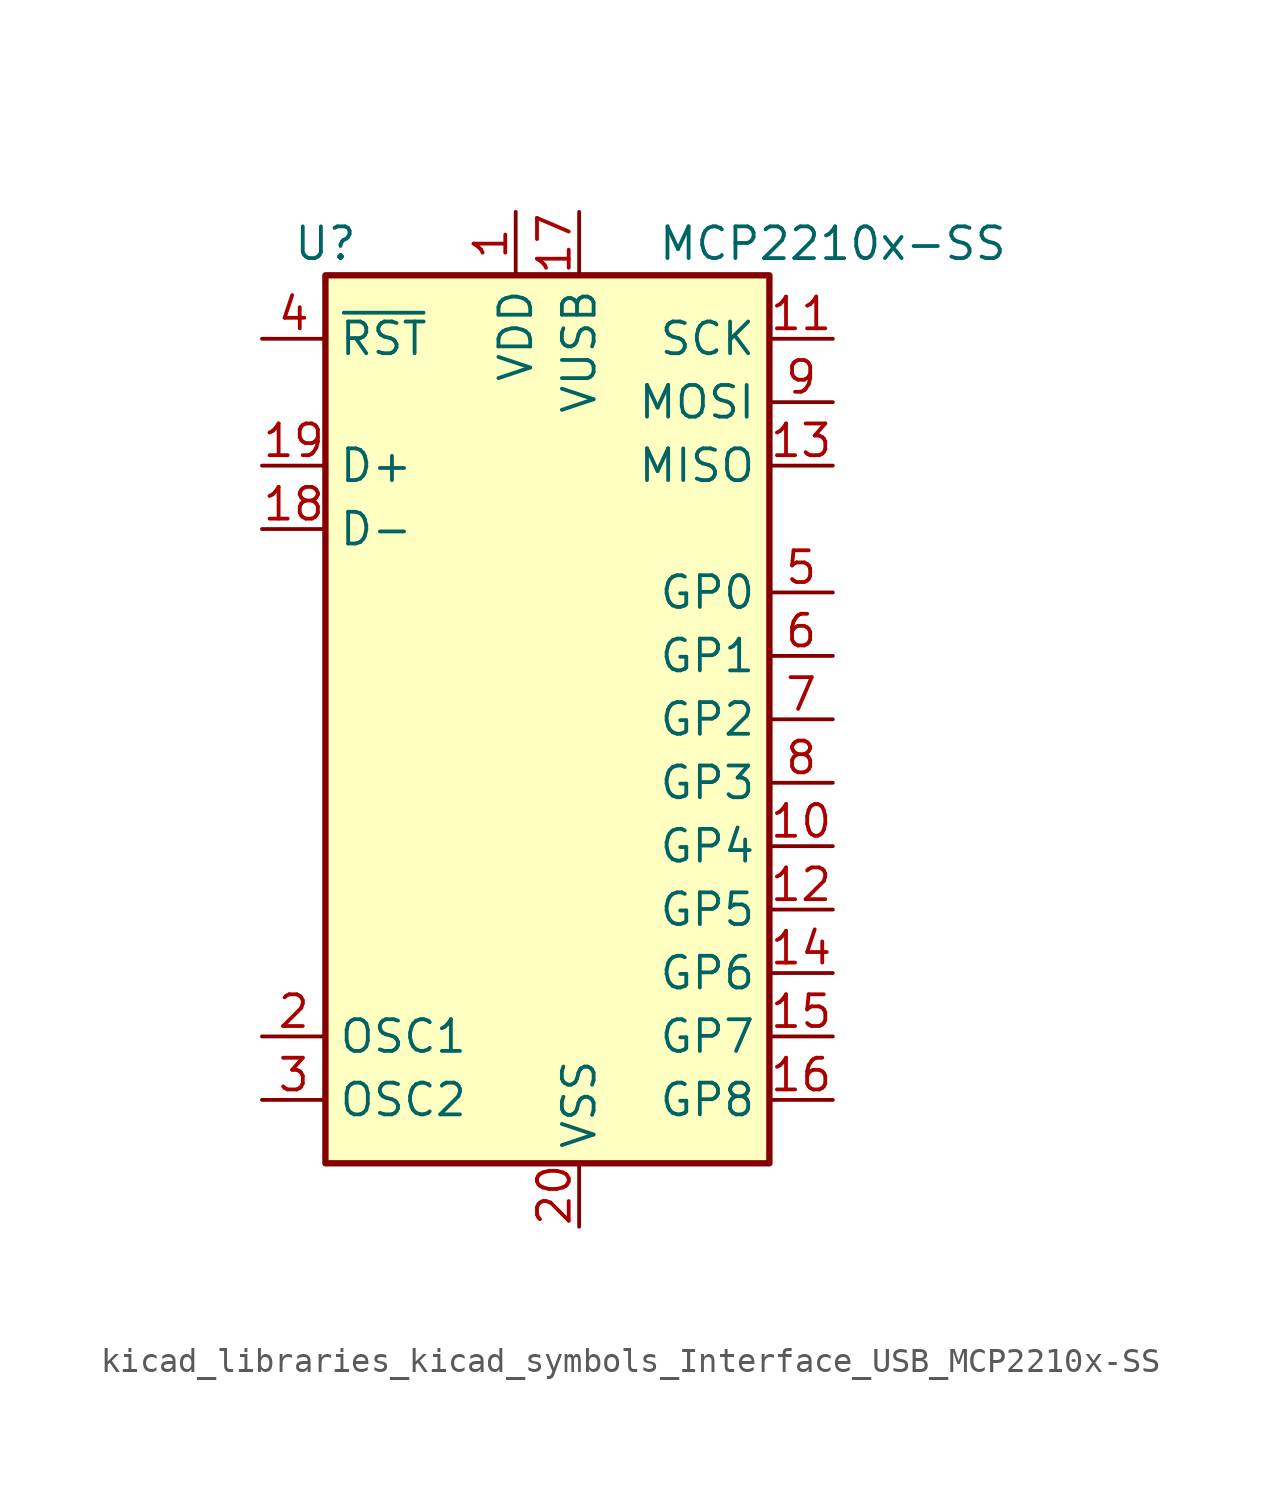
<source format=kicad_sym>
(kicad_symbol_lib
  (version 20220914)
  (generator kicad_symbol_editor)
  (symbol "kicad_libraries_kicad_symbols_Interface_USB_MCP2210x-SS"
    (property "Reference" "U"
      (at -10.16 19.05 0)
      (effects (font (size 1.27 1.27))))
    (property "Value" "MCP2210x-SS"
      (at 10.16 19.05 0)
      (effects (font (size 1.27 1.27))))
    (symbol "kicad_libraries_kicad_symbols_Interface_USB_MCP2210x-SS_0_1"
      (rectangle (start -10.16 17.78) (end 7.62 -17.78) (stroke (width 0.254) (type default)) (fill (type background))))
    (symbol "kicad_libraries_kicad_symbols_Interface_USB_MCP2210x-SS_1_1"
      (pin power_in line (at -2.54 20.32 270) (length 2.54) (name "VDD" (effects (font (size 1.27 1.27)))) (number "1" (effects (font (size 1.27 1.27)))))
      (pin bidirectional line (at 10.16 -5.08 180) (length 2.54) (name "GP4" (effects (font (size 1.27 1.27)))) (number "10" (effects (font (size 1.27 1.27)))))
      (pin output line (at 10.16 15.24 180) (length 2.54) (name "SCK" (effects (font (size 1.27 1.27)))) (number "11" (effects (font (size 1.27 1.27)))))
      (pin bidirectional line (at 10.16 -7.62 180) (length 2.54) (name "GP5" (effects (font (size 1.27 1.27)))) (number "12" (effects (font (size 1.27 1.27)))))
      (pin input line (at 10.16 10.16 180) (length 2.54) (name "MISO" (effects (font (size 1.27 1.27)))) (number "13" (effects (font (size 1.27 1.27)))))
      (pin bidirectional line (at 10.16 -10.16 180) (length 2.54) (name "GP6" (effects (font (size 1.27 1.27)))) (number "14" (effects (font (size 1.27 1.27)))))
      (pin bidirectional line (at 10.16 -12.7 180) (length 2.54) (name "GP7" (effects (font (size 1.27 1.27)))) (number "15" (effects (font (size 1.27 1.27)))))
      (pin bidirectional line (at 10.16 -15.24 180) (length 2.54) (name "GP8" (effects (font (size 1.27 1.27)))) (number "16" (effects (font (size 1.27 1.27)))))
      (pin passive line (at 0 20.32 270) (length 2.54) (name "VUSB" (effects (font (size 1.27 1.27)))) (number "17" (effects (font (size 1.27 1.27)))))
      (pin bidirectional line (at -12.7 7.62 0) (length 2.54) (name "D-" (effects (font (size 1.27 1.27)))) (number "18" (effects (font (size 1.27 1.27)))))
      (pin bidirectional line (at -12.7 10.16 0) (length 2.54) (name "D+" (effects (font (size 1.27 1.27)))) (number "19" (effects (font (size 1.27 1.27)))))
      (pin input line (at -12.7 -12.7 0) (length 2.54) (name "OSC1" (effects (font (size 1.27 1.27)))) (number "2" (effects (font (size 1.27 1.27)))))
      (pin power_in line (at 0 -20.32 90) (length 2.54) (name "VSS" (effects (font (size 1.27 1.27)))) (number "20" (effects (font (size 1.27 1.27)))))
      (pin output line (at -12.7 -15.24 0) (length 2.54) (name "OSC2" (effects (font (size 1.27 1.27)))) (number "3" (effects (font (size 1.27 1.27)))))
      (pin input line (at -12.7 15.24 0) (length 2.54) (name "~{RST}" (effects (font (size 1.27 1.27)))) (number "4" (effects (font (size 1.27 1.27)))))
      (pin bidirectional line (at 10.16 5.08 180) (length 2.54) (name "GP0" (effects (font (size 1.27 1.27)))) (number "5" (effects (font (size 1.27 1.27)))))
      (pin bidirectional line (at 10.16 2.54 180) (length 2.54) (name "GP1" (effects (font (size 1.27 1.27)))) (number "6" (effects (font (size 1.27 1.27)))))
      (pin bidirectional line (at 10.16 0 180) (length 2.54) (name "GP2" (effects (font (size 1.27 1.27)))) (number "7" (effects (font (size 1.27 1.27)))))
      (pin bidirectional line (at 10.16 -2.54 180) (length 2.54) (name "GP3" (effects (font (size 1.27 1.27)))) (number "8" (effects (font (size 1.27 1.27)))))
      (pin output line (at 10.16 12.7 180) (length 2.54) (name "MOSI" (effects (font (size 1.27 1.27)))) (number "9" (effects (font (size 1.27 1.27))))))))
</source>
